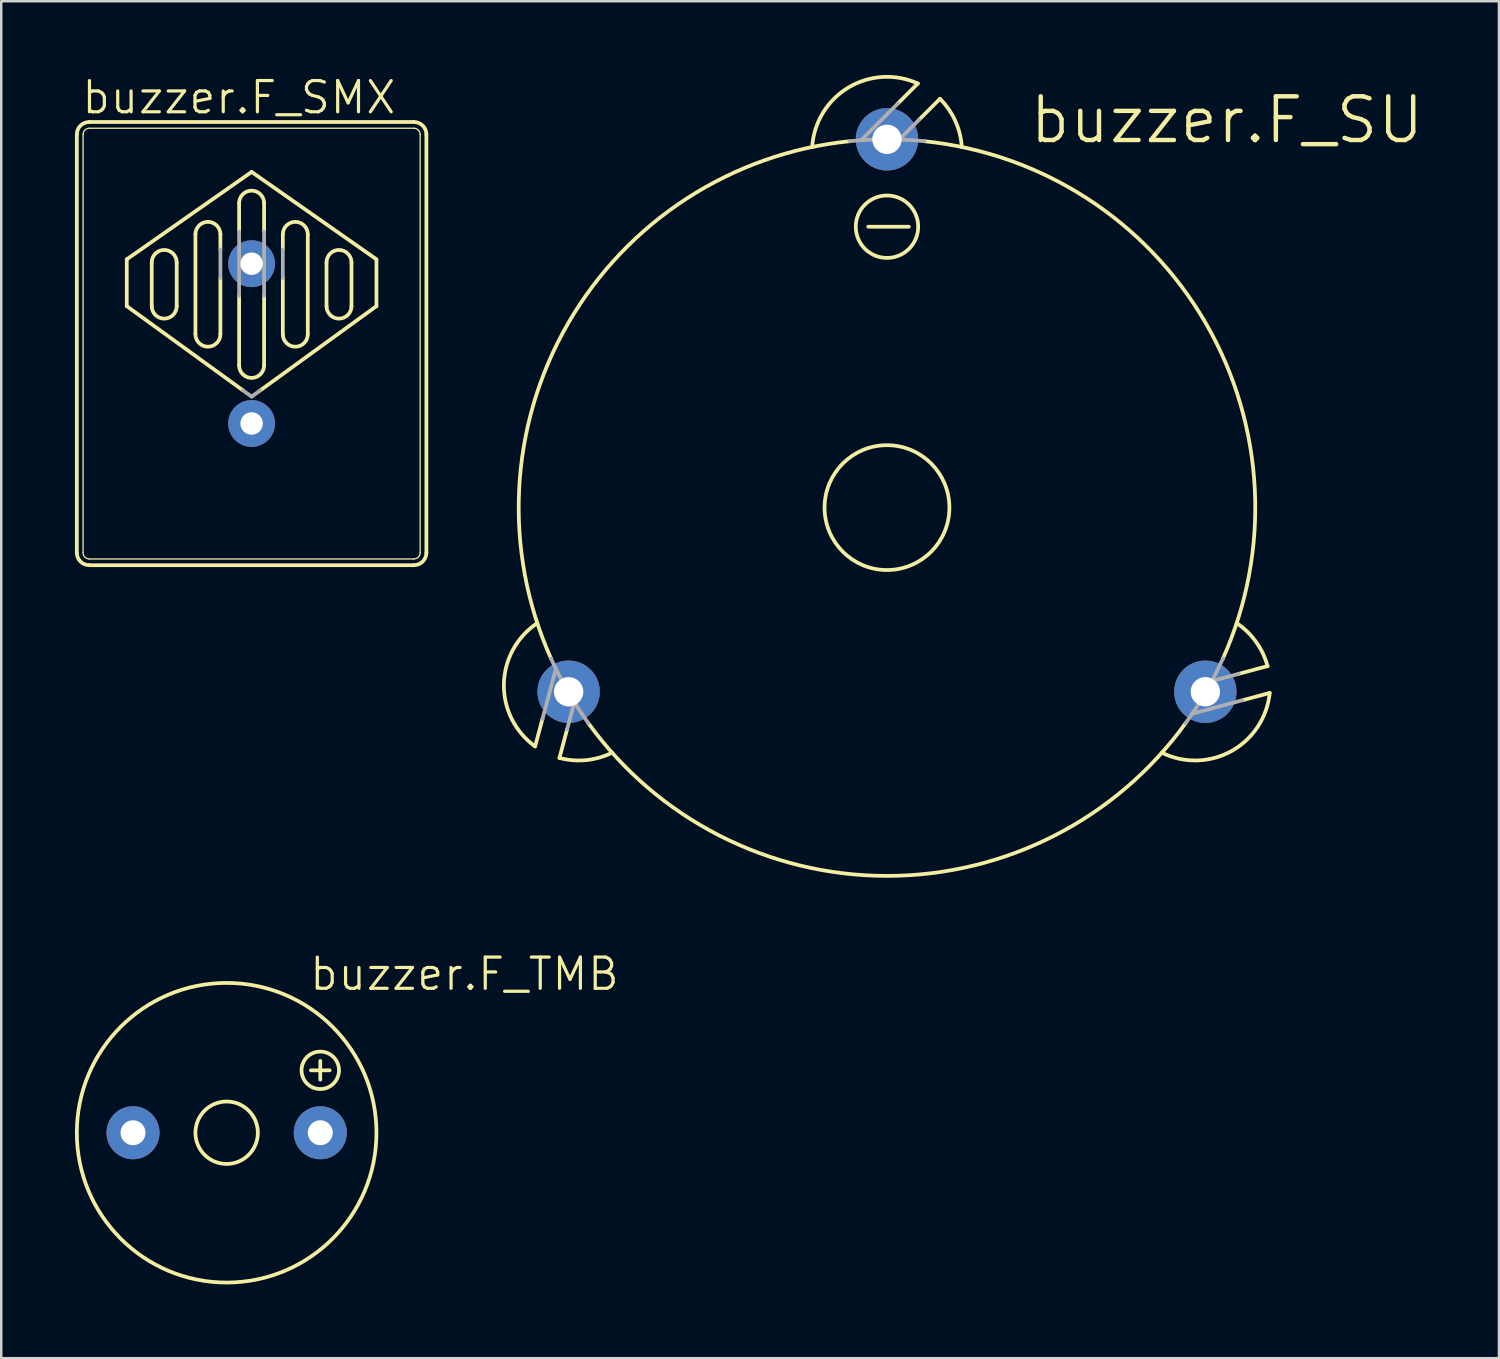
<source format=kicad_pcb>
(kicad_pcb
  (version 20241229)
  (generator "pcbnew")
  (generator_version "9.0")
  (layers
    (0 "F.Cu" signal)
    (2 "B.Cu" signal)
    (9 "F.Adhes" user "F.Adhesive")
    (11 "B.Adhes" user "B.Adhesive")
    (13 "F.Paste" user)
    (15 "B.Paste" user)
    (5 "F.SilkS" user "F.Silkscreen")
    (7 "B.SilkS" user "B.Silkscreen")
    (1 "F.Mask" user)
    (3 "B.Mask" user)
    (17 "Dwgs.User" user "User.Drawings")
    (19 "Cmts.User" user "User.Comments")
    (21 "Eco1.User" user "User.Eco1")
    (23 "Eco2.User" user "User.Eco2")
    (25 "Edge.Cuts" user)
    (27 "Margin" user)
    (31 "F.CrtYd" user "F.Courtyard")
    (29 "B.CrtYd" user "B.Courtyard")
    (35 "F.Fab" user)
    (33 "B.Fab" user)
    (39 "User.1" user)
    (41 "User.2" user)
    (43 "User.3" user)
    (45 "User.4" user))
  (footprint "buzzer.F_SU"
    (layer "F.Cu")
    (at 33.042 17.605)
    (property "Reference" "buzzer.F_SU" (at 5.715 -14.732 0) (layer "F.SilkS") (effects (font (size 1.778 1.778) (thickness 0.18)) (justify left bottom)))
    (attr through_hole)
    (fp_line (start -14.02 8.605) (end -14.318 9.717) (stroke (width 0.152) (type default)) (layer "F.SilkS"))
    (fp_line (start -13.015 9.017) (end -13.328 10.186) (stroke (width 0.152) (type default)) (layer "F.SilkS"))
    (fp_line (start -0.762 -11.43) (end 0.889 -11.43) (stroke (width 0.152) (type default)) (layer "F.SilkS"))
    (fp_line (start 0.442 -16.444) (end 1.256 -17.258) (stroke (width 0.152) (type default)) (layer "F.SilkS"))
    (fp_line (start 1.301 -15.779) (end 2.157 -16.635) (stroke (width 0.152) (type default)) (layer "F.SilkS"))
    (fp_line (start 14.316 6.763) (end 15.485 6.449) (stroke (width 0.152) (type default)) (layer "F.SilkS"))
    (fp_line (start 14.462 7.839) (end 15.574 7.541) (stroke (width 0.152) (type default)) (layer "F.SilkS"))
    (fp_arc (start -14.318 9.717) (mid -15.588667 7.185589) (end -14.23 4.7003) (stroke (width 0.1524) (type default)) (layer "F.SilkS"))
    (fp_arc (start -13.6722 6.1361) (mid -12.97824 -7.493027) (end -1.522 -14.9085) (stroke (width 0.1524) (type default)) (layer "F.SilkS"))
    (fp_arc (start -11.1855 9.9736) (mid -12.23739 10.275083) (end -13.328 10.186) (stroke (width 0.1524) (type default)) (layer "F.SilkS"))
    (fp_arc (start -3.0445 -14.6734) (mid -1.571571 -17.092689) (end 1.256 -17.258) (stroke (width 0.1524) (type default)) (layer "F.SilkS"))
    (fp_arc (start 1.522 -14.9085) (mid 12.97824 -7.493027) (end 13.6722 6.1361) (stroke (width 0.1524) (type default)) (layer "F.SilkS"))
    (fp_arc (start 2.157 -16.635) (mid 2.779492 -15.735083) (end 3.0444 -14.6734) (stroke (width 0.1524) (type default)) (layer "F.SilkS"))
    (fp_arc (start 12.1501 8.7724) (mid 0 14.985991) (end -12.1501 8.7724) (stroke (width 0.1524) (type default)) (layer "F.SilkS"))
    (fp_arc (start 14.2298 4.7003) (mid 15.016773 5.460453) (end 15.4849 6.4494) (stroke (width 0.1524) (type default)) (layer "F.SilkS"))
    (fp_arc (start 15.574 7.541) (mid 14.017025 9.907068) (end 11.1854 9.973) (stroke (width 0.1524) (type default)) (layer "F.SilkS"))
    (fp_circle (center 0 -11.43) (end 1.27 -11.43) (stroke (width 0.152) (type default)) (fill no) (layer "F.SilkS"))
    (fp_circle (center 0 0) (end 2.54 0) (stroke (width 0.152) (type default)) (fill no) (layer "F.SilkS"))
    (fp_line (start -13.473 6.563) (end -14.02 8.605) (stroke (width 0.152) (type default)) (layer "F.Fab"))
    (fp_line (start -12.721 7.922) (end -13.015 9.017) (stroke (width 0.152) (type default)) (layer "F.Fab"))
    (fp_line (start -1.053 -14.949) (end 0.442 -16.444) (stroke (width 0.152) (type default)) (layer "F.Fab"))
    (fp_line (start 0.5 -14.978) (end 1.301 -15.779) (stroke (width 0.152) (type default)) (layer "F.Fab"))
    (fp_line (start 12.42 8.386) (end 14.462 7.839) (stroke (width 0.152) (type default)) (layer "F.Fab"))
    (fp_line (start 13.221 7.056) (end 14.316 6.763) (stroke (width 0.152) (type default)) (layer "F.Fab"))
    (fp_arc (start -12.1501 8.7724) (mid -12.978263 7.492999) (end -13.6722 6.1361) (stroke (width 0.1524) (type default)) (layer "F.Fab"))
    (fp_arc (start -1.522 -14.9085) (mid 0 -14.985989) (end 1.522 -14.9085) (stroke (width 0.1524) (type default)) (layer "F.Fab"))
    (fp_arc (start 13.6722 6.1361) (mid 12.978263 7.492999) (end 12.1501 8.7724) (stroke (width 0.1524) (type default)) (layer "F.Fab"))
    (pad "1" thru_hole circle (at -12.954 7.493) (size 2.54 2.54) (drill 1.194) (layers "*.Cu" "*.Mask"))
    (pad "2" thru_hole circle (at 0 -14.986) (size 2.54 2.54) (drill 1.194) (layers "*.Cu" "*.Mask"))
    (pad "3" thru_hole circle (at 12.954 7.493) (size 2.54 2.54) (drill 1.194) (layers "*.Cu" "*.Mask")))
  (footprint "buzzer.F_TMB"
    (layer "F.Cu")
    (at 6.172 43.042)
    (property "Reference" "buzzer.F_TMB" (at 3.302 -5.715 0) (layer "F.SilkS") (effects (font (size 1.27 1.27) (thickness 0.13)) (justify left bottom)))
    (attr through_hole)
    (fp_line (start 3.429 -2.54) (end 4.191 -2.54) (stroke (width 0.152) (type default)) (layer "F.SilkS"))
    (fp_line (start 3.81 -2.159) (end 3.81 -2.921) (stroke (width 0.152) (type default)) (layer "F.SilkS"))
    (fp_circle (center 0 0) (end 1.27 0) (stroke (width 0.152) (type default)) (fill no) (layer "F.SilkS"))
    (fp_circle (center 0 0) (end 6.096 0) (stroke (width 0.152) (type default)) (fill no) (layer "F.SilkS"))
    (fp_circle (center 3.81 -2.54) (end 4.572 -2.54) (stroke (width 0.152) (type default)) (fill no) (layer "F.SilkS"))
    (pad "+" thru_hole circle (at 3.81 0) (size 2.159 2.159) (drill 1.016) (layers "*.Cu" "*.Mask"))
    (pad "-" thru_hole circle (at -3.81 0) (size 2.159 2.159) (drill 1.016) (layers "*.Cu" "*.Mask")))
  (footprint "buzzer.F_SMX"
    (layer "F.Cu")
    (at 7.188 10.931)
    (property "Reference" "buzzer.F_SMX" (at -6.985 -9.271 0) (layer "F.SilkS") (effects (font (size 1.27 1.27) (thickness 0.13)) (justify left bottom)))
    (attr through_hole)
    (fp_line (start -7.112 8.509) (end -7.112 -8.509) (stroke (width 0.152) (type default)) (layer "F.SilkS"))
    (fp_line (start -6.858 8.509) (end -6.858 -8.509) (stroke (width 0.051) (type default)) (layer "F.SilkS"))
    (fp_line (start -6.604 -8.763) (end 6.604 -8.763) (stroke (width 0.051) (type default)) (layer "F.SilkS"))
    (fp_line (start -6.604 8.763) (end 6.604 8.763) (stroke (width 0.051) (type default)) (layer "F.SilkS"))
    (fp_line (start -5.08 -3.429) (end 0 -6.985) (stroke (width 0.152) (type default)) (layer "F.SilkS"))
    (fp_line (start -5.08 -1.524) (end -5.08 -3.429) (stroke (width 0.152) (type default)) (layer "F.SilkS"))
    (fp_line (start -4.064 -3.302) (end -4.064 -1.524) (stroke (width 0.152) (type default)) (layer "F.SilkS"))
    (fp_line (start -3.048 -1.524) (end -3.048 -3.302) (stroke (width 0.152) (type default)) (layer "F.SilkS"))
    (fp_line (start -2.286 -4.445) (end -2.286 -0.381) (stroke (width 0.152) (type default)) (layer "F.SilkS"))
    (fp_line (start -1.27 -3.833) (end -1.27 -4.445) (stroke (width 0.152) (type default)) (layer "F.SilkS"))
    (fp_line (start -1.27 -0.381) (end -1.27 -2.669) (stroke (width 0.152) (type default)) (layer "F.SilkS"))
    (fp_line (start -0.508 -4.553) (end -0.508 -5.715) (stroke (width 0.152) (type default)) (layer "F.SilkS"))
    (fp_line (start -0.508 0.889) (end -0.508 -1.95) (stroke (width 0.152) (type default)) (layer "F.SilkS"))
    (fp_line (start -0.357 1.901) (end -5.08 -1.524) (stroke (width 0.152) (type default)) (layer "F.SilkS"))
    (fp_line (start 0.357 1.901) (end 5.08 -1.524) (stroke (width 0.152) (type default)) (layer "F.SilkS"))
    (fp_line (start 0.508 -4.553) (end 0.508 -5.715) (stroke (width 0.152) (type default)) (layer "F.SilkS"))
    (fp_line (start 0.508 0.889) (end 0.508 -1.95) (stroke (width 0.152) (type default)) (layer "F.SilkS"))
    (fp_line (start 1.27 -3.833) (end 1.27 -4.445) (stroke (width 0.152) (type default)) (layer "F.SilkS"))
    (fp_line (start 1.27 -0.381) (end 1.27 -2.669) (stroke (width 0.152) (type default)) (layer "F.SilkS"))
    (fp_line (start 2.286 -4.445) (end 2.286 -0.381) (stroke (width 0.152) (type default)) (layer "F.SilkS"))
    (fp_line (start 3.048 -1.524) (end 3.048 -3.302) (stroke (width 0.152) (type default)) (layer "F.SilkS"))
    (fp_line (start 4.064 -3.302) (end 4.064 -1.524) (stroke (width 0.152) (type default)) (layer "F.SilkS"))
    (fp_line (start 5.08 -3.429) (end 0 -6.985) (stroke (width 0.152) (type default)) (layer "F.SilkS"))
    (fp_line (start 5.08 -1.524) (end 5.08 -3.429) (stroke (width 0.152) (type default)) (layer "F.SilkS"))
    (fp_line (start 6.604 -9.017) (end -6.604 -9.017) (stroke (width 0.152) (type default)) (layer "F.SilkS"))
    (fp_line (start 6.604 9.017) (end -6.604 9.017) (stroke (width 0.152) (type default)) (layer "F.SilkS"))
    (fp_line (start 6.858 -8.509) (end 6.858 8.509) (stroke (width 0.051) (type default)) (layer "F.SilkS"))
    (fp_line (start 7.112 -8.509) (end 7.112 8.509) (stroke (width 0.152) (type default)) (layer "F.SilkS"))
    (fp_arc (start -7.112 -8.509) (mid -6.96321 -8.86821) (end -6.604 -9.017) (stroke (width 0.1524) (type default)) (layer "F.SilkS"))
    (fp_arc (start -6.858 -8.509) (mid -6.783605 -8.688605) (end -6.604 -8.763) (stroke (width 0.0508) (type default)) (layer "F.SilkS"))
    (fp_arc (start -6.604 8.763) (mid -6.783605 8.688605) (end -6.858 8.509) (stroke (width 0.0508) (type default)) (layer "F.SilkS"))
    (fp_arc (start -6.604 9.017) (mid -6.96321 8.86821) (end -7.112 8.509) (stroke (width 0.1524) (type default)) (layer "F.SilkS"))
    (fp_arc (start -4.064 -3.302) (mid -3.556 -3.81) (end -3.048 -3.302) (stroke (width 0.1524) (type default)) (layer "F.SilkS"))
    (fp_arc (start -3.048 -1.524) (mid -3.556 -1.016) (end -4.064 -1.524) (stroke (width 0.1524) (type default)) (layer "F.SilkS"))
    (fp_arc (start -2.286 -4.445) (mid -1.778 -4.953) (end -1.27 -4.445) (stroke (width 0.1524) (type default)) (layer "F.SilkS"))
    (fp_arc (start -1.27 -0.381) (mid -1.778 0.127) (end -2.286 -0.381) (stroke (width 0.1524) (type default)) (layer "F.SilkS"))
    (fp_arc (start -0.508 -5.715) (mid 0 -6.223) (end 0.508 -5.715) (stroke (width 0.1524) (type default)) (layer "F.SilkS"))
    (fp_arc (start 0.508 0.889) (mid 0 1.397) (end -0.508 0.889) (stroke (width 0.1524) (type default)) (layer "F.SilkS"))
    (fp_arc (start 1.27 -4.445) (mid 1.778 -4.953) (end 2.286 -4.445) (stroke (width 0.1524) (type default)) (layer "F.SilkS"))
    (fp_arc (start 2.286 -0.381) (mid 1.778 0.127) (end 1.27 -0.381) (stroke (width 0.1524) (type default)) (layer "F.SilkS"))
    (fp_arc (start 3.048 -3.302) (mid 3.556 -3.81) (end 4.064 -3.302) (stroke (width 0.1524) (type default)) (layer "F.SilkS"))
    (fp_arc (start 4.064 -1.524) (mid 3.556 -1.016) (end 3.048 -1.524) (stroke (width 0.1524) (type default)) (layer "F.SilkS"))
    (fp_arc (start 6.604 -9.017) (mid 6.96321 -8.86821) (end 7.112 -8.509) (stroke (width 0.1524) (type default)) (layer "F.SilkS"))
    (fp_arc (start 6.604 -8.763) (mid 6.783605 -8.688605) (end 6.858 -8.509) (stroke (width 0.0508) (type default)) (layer "F.SilkS"))
    (fp_arc (start 6.858 8.509) (mid 6.783605 8.688605) (end 6.604 8.763) (stroke (width 0.0508) (type default)) (layer "F.SilkS"))
    (fp_arc (start 7.112 8.509) (mid 6.96321 8.86821) (end 6.604 9.017) (stroke (width 0.1524) (type default)) (layer "F.SilkS"))
    (fp_line (start -1.27 -2.669) (end -1.27 -3.833) (stroke (width 0.152) (type default)) (layer "F.Fab"))
    (fp_line (start -0.508 -1.95) (end -0.508 -4.553) (stroke (width 0.152) (type default)) (layer "F.Fab"))
    (fp_line (start 0 2.159) (end -0.357 1.901) (stroke (width 0.152) (type default)) (layer "F.Fab"))
    (fp_line (start 0 2.159) (end 0.357 1.901) (stroke (width 0.152) (type default)) (layer "F.Fab"))
    (fp_line (start 0.508 -1.95) (end 0.508 -4.553) (stroke (width 0.152) (type default)) (layer "F.Fab"))
    (fp_line (start 1.27 -2.669) (end 1.27 -3.833) (stroke (width 0.152) (type default)) (layer "F.Fab"))
    (pad "1" thru_hole circle (at 0 3.251) (size 1.905 1.905) (drill 0.914) (layers "*.Cu" "*.Mask"))
    (pad "2" thru_hole circle (at 0 -3.251) (size 1.905 1.905) (drill 0.914) (layers "*.Cu" "*.Mask")))
  (gr_rect
    (start -3 -3)
    (end 57.943 52.214)
    (stroke (width 0.1) (type default))
    (fill no)
    (layer "Edge.Cuts")))
</source>
